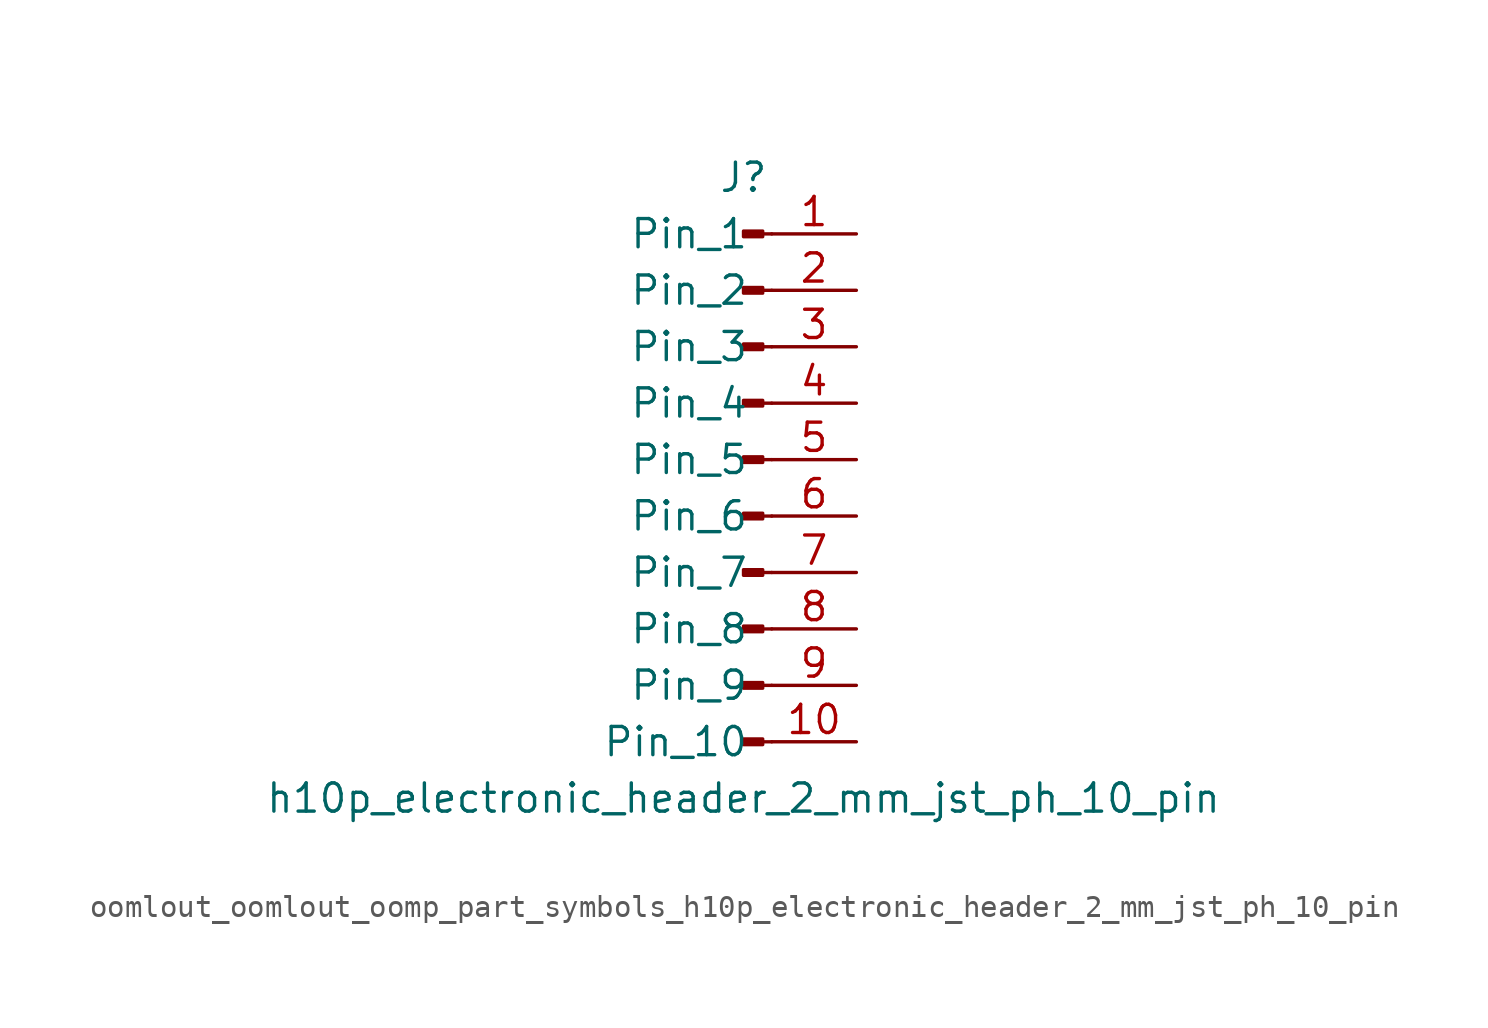
<source format=kicad_sym>
(kicad_symbol_lib
  (version 20220914)
  (generator kicad_symbol_editor)
  (symbol "oomlout_oomlout_oomp_part_symbols_h10p_electronic_header_2_mm_jst_ph_10_pin"
    (pin_names
      (offset 1.016))
    (property "Reference" "J"
      (at 0 12.7 0)
      (effects (font (size 1.27 1.27))))
    (property "Value" "h10p_electronic_header_2_mm_jst_ph_10_pin"
      (at 0 -15.24 0)
      (effects (font (size 1.27 1.27))))
    (property "ki_locked" ""
      (at 0 0 0)
      (effects (font (size 1.27 1.27))))
    (symbol "oomlout_oomlout_oomp_part_symbols_h10p_electronic_header_2_mm_jst_ph_10_pin_1_1"
      (polyline (pts (xy 1.27 -12.7) (xy 0.864 -12.7)) (stroke (width 0.152) (type default)) (fill (type none)))
      (polyline (pts (xy 1.27 -10.16) (xy 0.864 -10.16)) (stroke (width 0.152) (type default)) (fill (type none)))
      (polyline (pts (xy 1.27 -7.62) (xy 0.864 -7.62)) (stroke (width 0.152) (type default)) (fill (type none)))
      (polyline (pts (xy 1.27 -5.08) (xy 0.864 -5.08)) (stroke (width 0.152) (type default)) (fill (type none)))
      (polyline (pts (xy 1.27 -2.54) (xy 0.864 -2.54)) (stroke (width 0.152) (type default)) (fill (type none)))
      (polyline (pts (xy 1.27 0) (xy 0.864 0)) (stroke (width 0.152) (type default)) (fill (type none)))
      (polyline (pts (xy 1.27 2.54) (xy 0.864 2.54)) (stroke (width 0.152) (type default)) (fill (type none)))
      (polyline (pts (xy 1.27 5.08) (xy 0.864 5.08)) (stroke (width 0.152) (type default)) (fill (type none)))
      (polyline (pts (xy 1.27 7.62) (xy 0.864 7.62)) (stroke (width 0.152) (type default)) (fill (type none)))
      (polyline (pts (xy 1.27 10.16) (xy 0.864 10.16)) (stroke (width 0.152) (type default)) (fill (type none)))
      (rectangle (start 0.864 -12.573) (end 0 -12.827) (stroke (width 0.152) (type default)) (fill (type outline)))
      (rectangle (start 0.864 -10.033) (end 0 -10.287) (stroke (width 0.152) (type default)) (fill (type outline)))
      (rectangle (start 0.864 -7.493) (end 0 -7.747) (stroke (width 0.152) (type default)) (fill (type outline)))
      (rectangle (start 0.864 -4.953) (end 0 -5.207) (stroke (width 0.152) (type default)) (fill (type outline)))
      (rectangle (start 0.864 -2.413) (end 0 -2.667) (stroke (width 0.152) (type default)) (fill (type outline)))
      (rectangle (start 0.864 0.127) (end 0 -0.127) (stroke (width 0.152) (type default)) (fill (type outline)))
      (rectangle (start 0.864 2.667) (end 0 2.413) (stroke (width 0.152) (type default)) (fill (type outline)))
      (rectangle (start 0.864 5.207) (end 0 4.953) (stroke (width 0.152) (type default)) (fill (type outline)))
      (rectangle (start 0.864 7.747) (end 0 7.493) (stroke (width 0.152) (type default)) (fill (type outline)))
      (rectangle (start 0.864 10.287) (end 0 10.033) (stroke (width 0.152) (type default)) (fill (type outline)))
      (pin passive line (at 5.08 10.16 180) (length 3.81) (name "Pin_1" (effects (font (size 1.27 1.27)))) (number "1" (effects (font (size 1.27 1.27)))))
      (pin passive line (at 5.08 -12.7 180) (length 3.81) (name "Pin_10" (effects (font (size 1.27 1.27)))) (number "10" (effects (font (size 1.27 1.27)))))
      (pin passive line (at 5.08 7.62 180) (length 3.81) (name "Pin_2" (effects (font (size 1.27 1.27)))) (number "2" (effects (font (size 1.27 1.27)))))
      (pin passive line (at 5.08 5.08 180) (length 3.81) (name "Pin_3" (effects (font (size 1.27 1.27)))) (number "3" (effects (font (size 1.27 1.27)))))
      (pin passive line (at 5.08 2.54 180) (length 3.81) (name "Pin_4" (effects (font (size 1.27 1.27)))) (number "4" (effects (font (size 1.27 1.27)))))
      (pin passive line (at 5.08 0 180) (length 3.81) (name "Pin_5" (effects (font (size 1.27 1.27)))) (number "5" (effects (font (size 1.27 1.27)))))
      (pin passive line (at 5.08 -2.54 180) (length 3.81) (name "Pin_6" (effects (font (size 1.27 1.27)))) (number "6" (effects (font (size 1.27 1.27)))))
      (pin passive line (at 5.08 -5.08 180) (length 3.81) (name "Pin_7" (effects (font (size 1.27 1.27)))) (number "7" (effects (font (size 1.27 1.27)))))
      (pin passive line (at 5.08 -7.62 180) (length 3.81) (name "Pin_8" (effects (font (size 1.27 1.27)))) (number "8" (effects (font (size 1.27 1.27)))))
      (pin passive line (at 5.08 -10.16 180) (length 3.81) (name "Pin_9" (effects (font (size 1.27 1.27)))) (number "9" (effects (font (size 1.27 1.27))))))))
</source>
